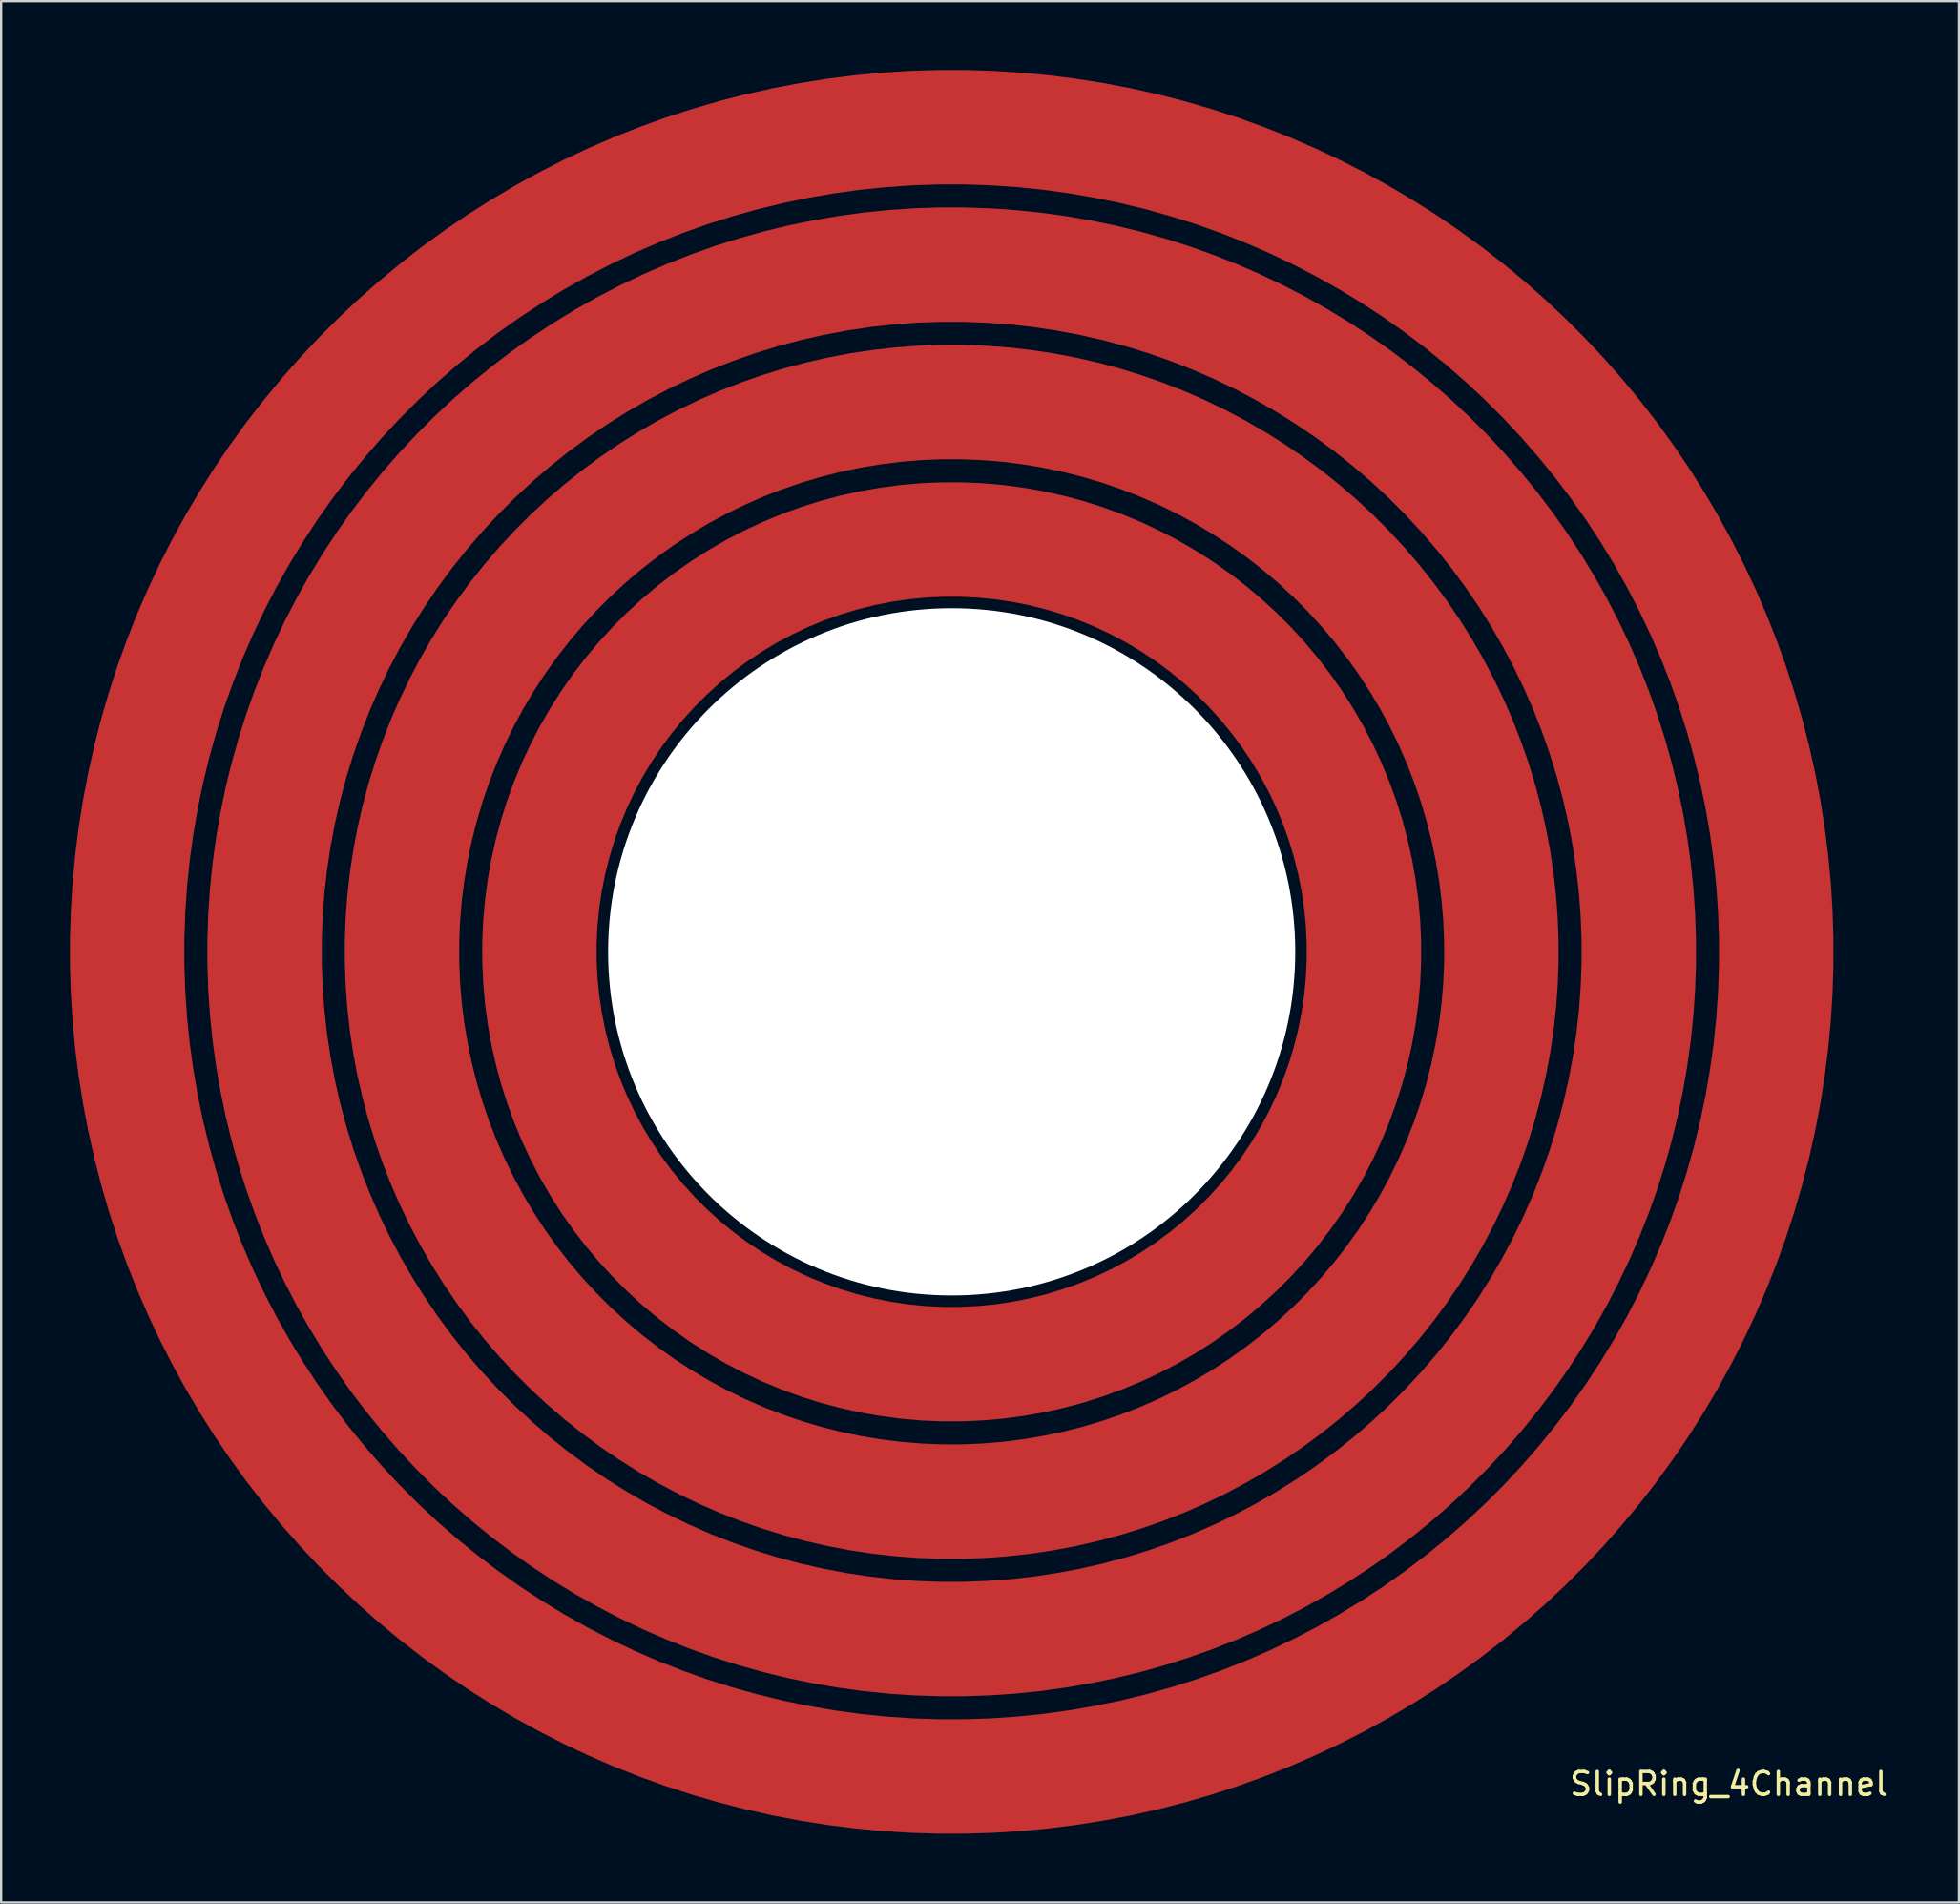
<source format=kicad_pcb>
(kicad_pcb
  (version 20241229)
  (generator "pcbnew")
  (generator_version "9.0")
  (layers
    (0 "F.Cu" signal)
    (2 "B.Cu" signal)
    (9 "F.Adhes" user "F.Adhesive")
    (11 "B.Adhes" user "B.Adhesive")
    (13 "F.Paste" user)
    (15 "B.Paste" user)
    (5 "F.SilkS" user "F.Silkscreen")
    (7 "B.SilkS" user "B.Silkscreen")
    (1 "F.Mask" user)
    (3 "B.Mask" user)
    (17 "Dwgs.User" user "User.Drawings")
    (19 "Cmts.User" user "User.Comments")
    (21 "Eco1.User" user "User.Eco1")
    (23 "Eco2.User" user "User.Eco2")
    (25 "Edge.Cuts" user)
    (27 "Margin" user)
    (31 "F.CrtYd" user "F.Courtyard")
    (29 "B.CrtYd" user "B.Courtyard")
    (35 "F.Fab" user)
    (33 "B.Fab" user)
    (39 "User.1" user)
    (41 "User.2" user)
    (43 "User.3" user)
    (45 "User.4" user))
  (footprint "SlipRing_4Channel"
    (layer "F.Cu")
    (at 38.5 38.5)
    (property "Reference" "SlipRing_4Channel" (at 33.925 36.325 0) (layer "F.SilkS") (effects (font (size 1 1) (thickness 0.15))))
    (attr through_hole)
    (pad "" np_thru_hole circle (at 0 0) (size 30 30) (drill 30) (layers "*.Cu" "*.Mask"))
    (pad "1" smd custom (at -18 0) (size 5 5) (layers "F.Cu" "F.Mask" "F.Paste") (options (anchor circle)) (primitives (gr_circle (center 18 0) (end 36 0) (width 5) (fill no))))
    (pad "2" smd custom (at -24 0) (size 5 5) (layers "F.Cu" "F.Mask" "F.Paste") (options (anchor circle)) (primitives (gr_circle (center 24 0) (end 48 0) (width 5) (fill no))))
    (pad "3" smd custom (at -30 0) (size 5 5) (layers "F.Cu" "F.Mask" "F.Paste") (options (anchor circle)) (primitives (gr_circle (center 30 0) (end 60 0) (width 5) (fill no))))
    (pad "4" smd custom (at -36 0) (size 5 5) (layers "F.Cu" "F.Mask" "F.Paste") (options (anchor circle)) (primitives (gr_circle (center 36 0) (end 72 0) (width 5) (fill no)))))
  (gr_rect
    (start -3 -3)
    (end 82.479 80)
    (stroke (width 0.1) (type default))
    (fill no)
    (layer "Edge.Cuts")))
</source>
